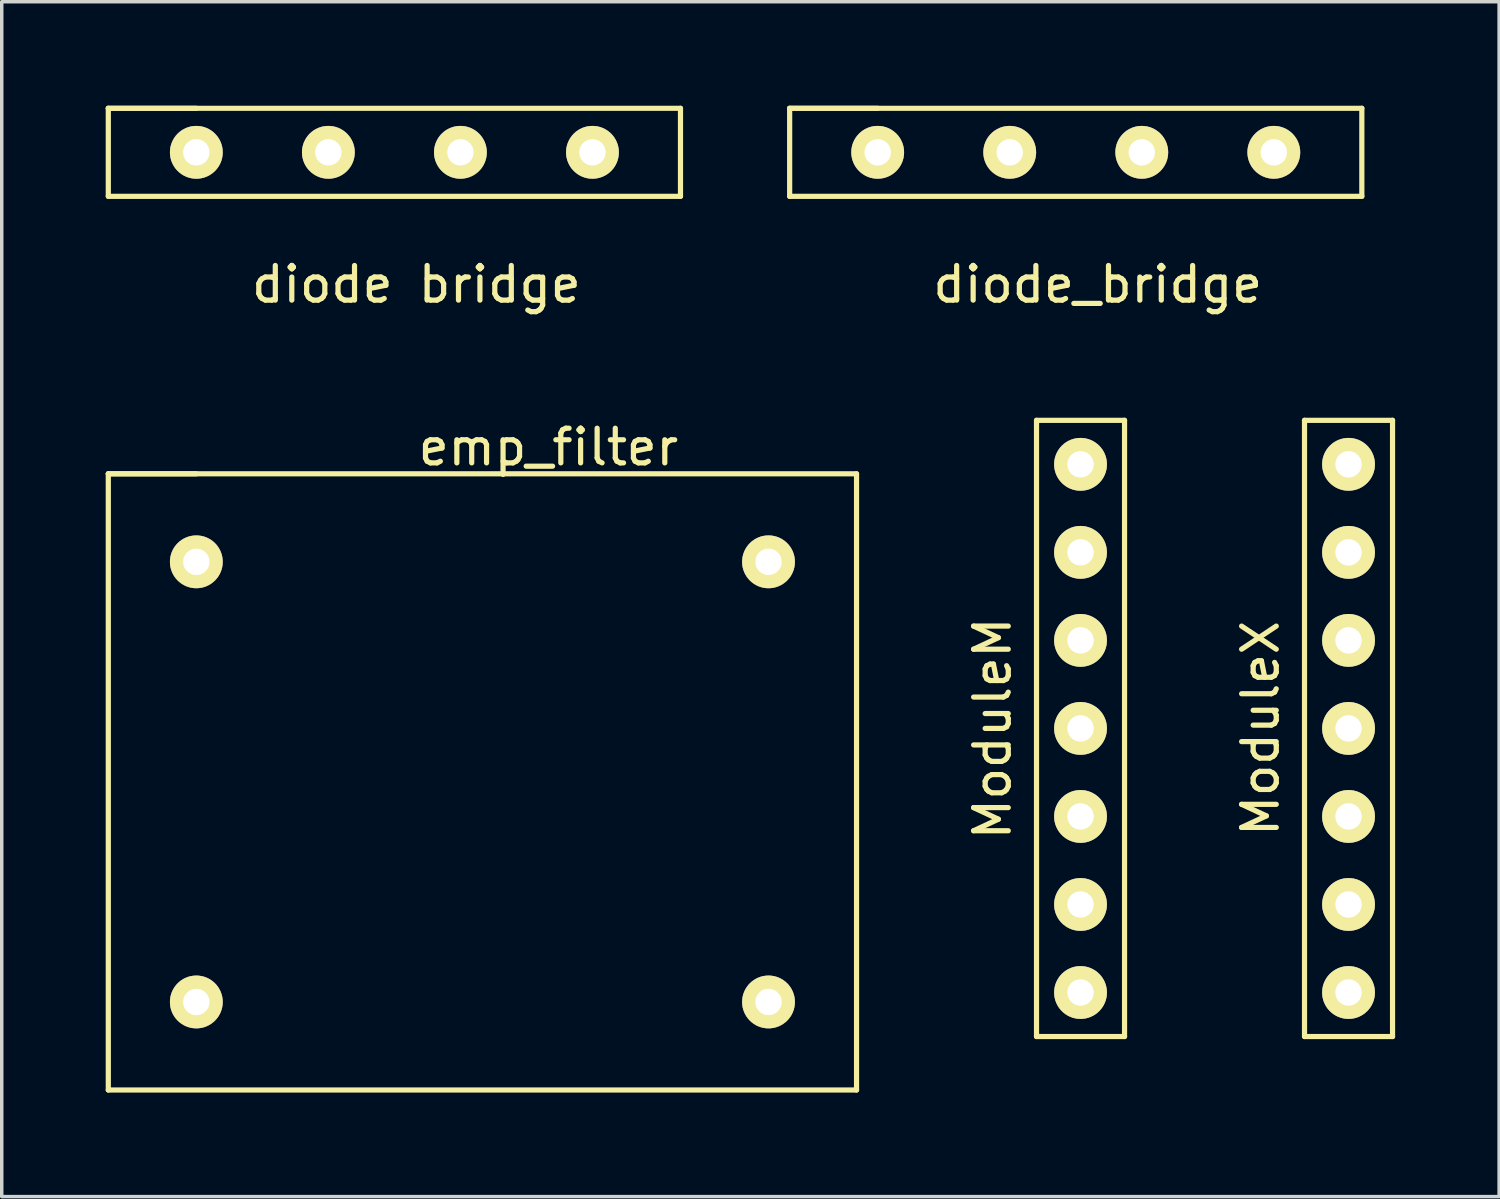
<source format=kicad_pcb>
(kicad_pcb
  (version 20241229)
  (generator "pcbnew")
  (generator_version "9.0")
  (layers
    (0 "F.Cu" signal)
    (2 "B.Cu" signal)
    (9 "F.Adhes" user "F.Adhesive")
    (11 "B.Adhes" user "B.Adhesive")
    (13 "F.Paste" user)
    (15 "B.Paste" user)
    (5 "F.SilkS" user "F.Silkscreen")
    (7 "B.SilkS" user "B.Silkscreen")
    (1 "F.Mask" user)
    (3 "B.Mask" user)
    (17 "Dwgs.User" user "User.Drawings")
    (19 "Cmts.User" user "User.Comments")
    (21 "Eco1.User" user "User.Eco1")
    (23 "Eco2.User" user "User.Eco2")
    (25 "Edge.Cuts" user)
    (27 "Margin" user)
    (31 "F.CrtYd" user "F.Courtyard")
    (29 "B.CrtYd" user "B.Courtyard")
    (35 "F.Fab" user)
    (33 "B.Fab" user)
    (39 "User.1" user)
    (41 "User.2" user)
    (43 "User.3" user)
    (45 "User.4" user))
  (footprint "diode bridge"
    (layer "F.Cu")
    (at 8.965 1.345)
    (property "Reference" "diode bridge" (at 0 3.81 0) (layer "F.SilkS") (effects (font (size 1 1) (thickness 0.15))))
    (attr through_hole)
    (fp_line (start -8.89 -1.27) (end -8.89 1.27) (stroke (width 0.15) (type solid)) (layer "F.SilkS"))
    (fp_line (start -8.89 -1.27) (end -6.35 -1.27) (stroke (width 0.15) (type solid)) (layer "F.SilkS"))
    (fp_line (start -8.89 1.27) (end 7.62 1.27) (stroke (width 0.15) (type solid)) (layer "F.SilkS"))
    (fp_line (start 7.62 -1.27) (end -8.89 -1.27) (stroke (width 0.15) (type solid)) (layer "F.SilkS"))
    (fp_line (start 7.62 1.27) (end 7.62 -1.27) (stroke (width 0.15) (type solid)) (layer "F.SilkS"))
    (pad "1" thru_hole circle (at -6.35 0) (size 1.524 1.524) (drill 0.762) (layers "*.Cu" "*.Mask" "F.SilkS"))
    (pad "2" thru_hole circle (at -2.54 0) (size 1.524 1.524) (drill 0.762) (layers "*.Cu" "*.Mask" "F.SilkS"))
    (pad "3" thru_hole circle (at 1.27 0) (size 1.524 1.524) (drill 0.762) (layers "*.Cu" "*.Mask" "F.SilkS"))
    (pad "4" thru_hole circle (at 5.08 0) (size 1.524 1.524) (drill 0.762) (layers "*.Cu" "*.Mask" "F.SilkS")))
  (footprint "ModuleM"
    (layer "F.Cu")
    (at 28.128 16.698)
    (property "Reference" "ModuleM" (at -2.54 1.27 90) (layer "F.SilkS") (effects (font (size 1 1) (thickness 0.15))))
    (attr through_hole)
    (fp_line (start -1.27 -7.62) (end 1.27 -7.62) (stroke (width 0.15) (type solid)) (layer "F.SilkS"))
    (fp_line (start -1.27 10.16) (end -1.27 -7.62) (stroke (width 0.15) (type solid)) (layer "F.SilkS"))
    (fp_line (start 1.27 -7.62) (end 1.27 10.16) (stroke (width 0.15) (type solid)) (layer "F.SilkS"))
    (fp_line (start 1.27 10.16) (end -1.27 10.16) (stroke (width 0.15) (type solid)) (layer "F.SilkS"))
    (pad "1" thru_hole circle (at 0 -6.35) (size 1.524 1.524) (drill 0.762) (layers "*.Cu" "*.Mask" "F.SilkS"))
    (pad "2" thru_hole circle (at 0 -3.81) (size 1.524 1.524) (drill 0.762) (layers "*.Cu" "*.Mask" "F.SilkS"))
    (pad "3" thru_hole circle (at 0 -1.27) (size 1.524 1.524) (drill 0.762) (layers "*.Cu" "*.Mask" "F.SilkS"))
    (pad "4" thru_hole circle (at 0 1.27) (size 1.524 1.524) (drill 0.762) (layers "*.Cu" "*.Mask" "F.SilkS"))
    (pad "5" thru_hole circle (at 0 3.81) (size 1.524 1.524) (drill 0.762) (layers "*.Cu" "*.Mask" "F.SilkS"))
    (pad "6" thru_hole circle (at 0 6.35) (size 1.524 1.524) (drill 0.762) (layers "*.Cu" "*.Mask" "F.SilkS"))
    (pad "7" thru_hole circle (at 0 8.89) (size 1.524 1.524) (drill 0.762) (layers "*.Cu" "*.Mask" "F.SilkS")))
  (footprint "emp_filter"
    (layer "F.Cu")
    (at 12.775 9.351)
    (property "Reference" "emp_filter" (at 0 0.5 0) (layer "F.SilkS") (effects (font (size 1 1) (thickness 0.15))))
    (attr through_hole)
    (fp_line (start -12.7 1.27) (end -10.16 1.27) (stroke (width 0.15) (type solid)) (layer "F.SilkS"))
    (fp_line (start -12.7 1.27) (end 8.89 1.27) (stroke (width 0.15) (type solid)) (layer "F.SilkS"))
    (fp_line (start -12.7 19.05) (end -12.7 1.27) (stroke (width 0.15) (type solid)) (layer "F.SilkS"))
    (fp_line (start 8.89 1.27) (end 8.89 19.05) (stroke (width 0.15) (type solid)) (layer "F.SilkS"))
    (fp_line (start 8.89 19.05) (end -12.7 19.05) (stroke (width 0.15) (type solid)) (layer "F.SilkS"))
    (pad "1" thru_hole circle (at -10.16 3.81) (size 1.524 1.524) (drill 0.762) (layers "*.Cu" "*.Mask" "F.SilkS"))
    (pad "2" thru_hole circle (at 6.35 3.81) (size 1.524 1.524) (drill 0.762) (layers "*.Cu" "*.Mask" "F.SilkS"))
    (pad "3" thru_hole circle (at 6.35 16.51) (size 1.524 1.524) (drill 0.762) (layers "*.Cu" "*.Mask" "F.SilkS"))
    (pad "4" thru_hole circle (at -10.16 16.51) (size 1.524 1.524) (drill 0.762) (layers "*.Cu" "*.Mask" "F.SilkS")))
  (footprint "diode_bridge"
    (layer "F.Cu")
    (at 28.625 1.345)
    (property "Reference" "diode_bridge" (at 0 3.81 0) (layer "F.SilkS") (effects (font (size 1 1) (thickness 0.15))))
    (attr through_hole)
    (fp_line (start -8.89 -1.27) (end -8.89 1.27) (stroke (width 0.15) (type solid)) (layer "F.SilkS"))
    (fp_line (start -8.89 -1.27) (end -6.35 -1.27) (stroke (width 0.15) (type solid)) (layer "F.SilkS"))
    (fp_line (start -8.89 1.27) (end 7.62 1.27) (stroke (width 0.15) (type solid)) (layer "F.SilkS"))
    (fp_line (start 7.62 -1.27) (end -8.89 -1.27) (stroke (width 0.15) (type solid)) (layer "F.SilkS"))
    (fp_line (start 7.62 1.27) (end 7.62 -1.27) (stroke (width 0.15) (type solid)) (layer "F.SilkS"))
    (pad "1" thru_hole circle (at -6.35 0) (size 1.524 1.524) (drill 0.762) (layers "*.Cu" "*.Mask" "F.SilkS"))
    (pad "2" thru_hole circle (at -2.54 0) (size 1.524 1.524) (drill 0.762) (layers "*.Cu" "*.Mask" "F.SilkS"))
    (pad "3" thru_hole circle (at 1.27 0) (size 1.524 1.524) (drill 0.762) (layers "*.Cu" "*.Mask" "F.SilkS"))
    (pad "4" thru_hole circle (at 5.08 0) (size 1.524 1.524) (drill 0.762) (layers "*.Cu" "*.Mask" "F.SilkS")))
  (footprint "ModuleX"
    (layer "F.Cu")
    (at 35.861 16.698)
    (property "Reference" "ModuleX" (at -2.54 1.27 90) (layer "F.SilkS") (effects (font (size 1 1) (thickness 0.15))))
    (attr through_hole)
    (fp_line (start -1.27 -7.62) (end 1.27 -7.62) (stroke (width 0.15) (type solid)) (layer "F.SilkS"))
    (fp_line (start -1.27 10.16) (end -1.27 -7.62) (stroke (width 0.15) (type solid)) (layer "F.SilkS"))
    (fp_line (start 1.27 -7.62) (end 1.27 10.16) (stroke (width 0.15) (type solid)) (layer "F.SilkS"))
    (fp_line (start 1.27 10.16) (end -1.27 10.16) (stroke (width 0.15) (type solid)) (layer "F.SilkS"))
    (pad "1" thru_hole circle (at 0 -6.35) (size 1.524 1.524) (drill 0.762) (layers "*.Mask" "B.Cu" "F.SilkS"))
    (pad "2" thru_hole circle (at 0 -3.81) (size 1.524 1.524) (drill 0.762) (layers "*.Mask" "B.Cu" "F.SilkS"))
    (pad "3" thru_hole circle (at 0 -1.27) (size 1.524 1.524) (drill 0.762) (layers "*.Mask" "B.Cu" "F.SilkS"))
    (pad "4" thru_hole circle (at 0 1.27) (size 1.524 1.524) (drill 0.762) (layers "*.Mask" "B.Cu" "F.SilkS"))
    (pad "5" thru_hole circle (at 0 3.81) (size 1.524 1.524) (drill 0.762) (layers "*.Mask" "B.Cu" "F.SilkS"))
    (pad "6" thru_hole circle (at 0 6.35) (size 1.524 1.524) (drill 0.762) (layers "*.Mask" "B.Cu" "F.SilkS"))
    (pad "7" thru_hole circle (at 0 8.89) (size 1.524 1.524) (drill 0.762) (layers "*.Mask" "B.Cu" "F.SilkS")))
  (gr_rect
    (start -3 -3)
    (end 40.206 31.477)
    (stroke (width 0.1) (type default))
    (fill no)
    (layer "Edge.Cuts")))
</source>
